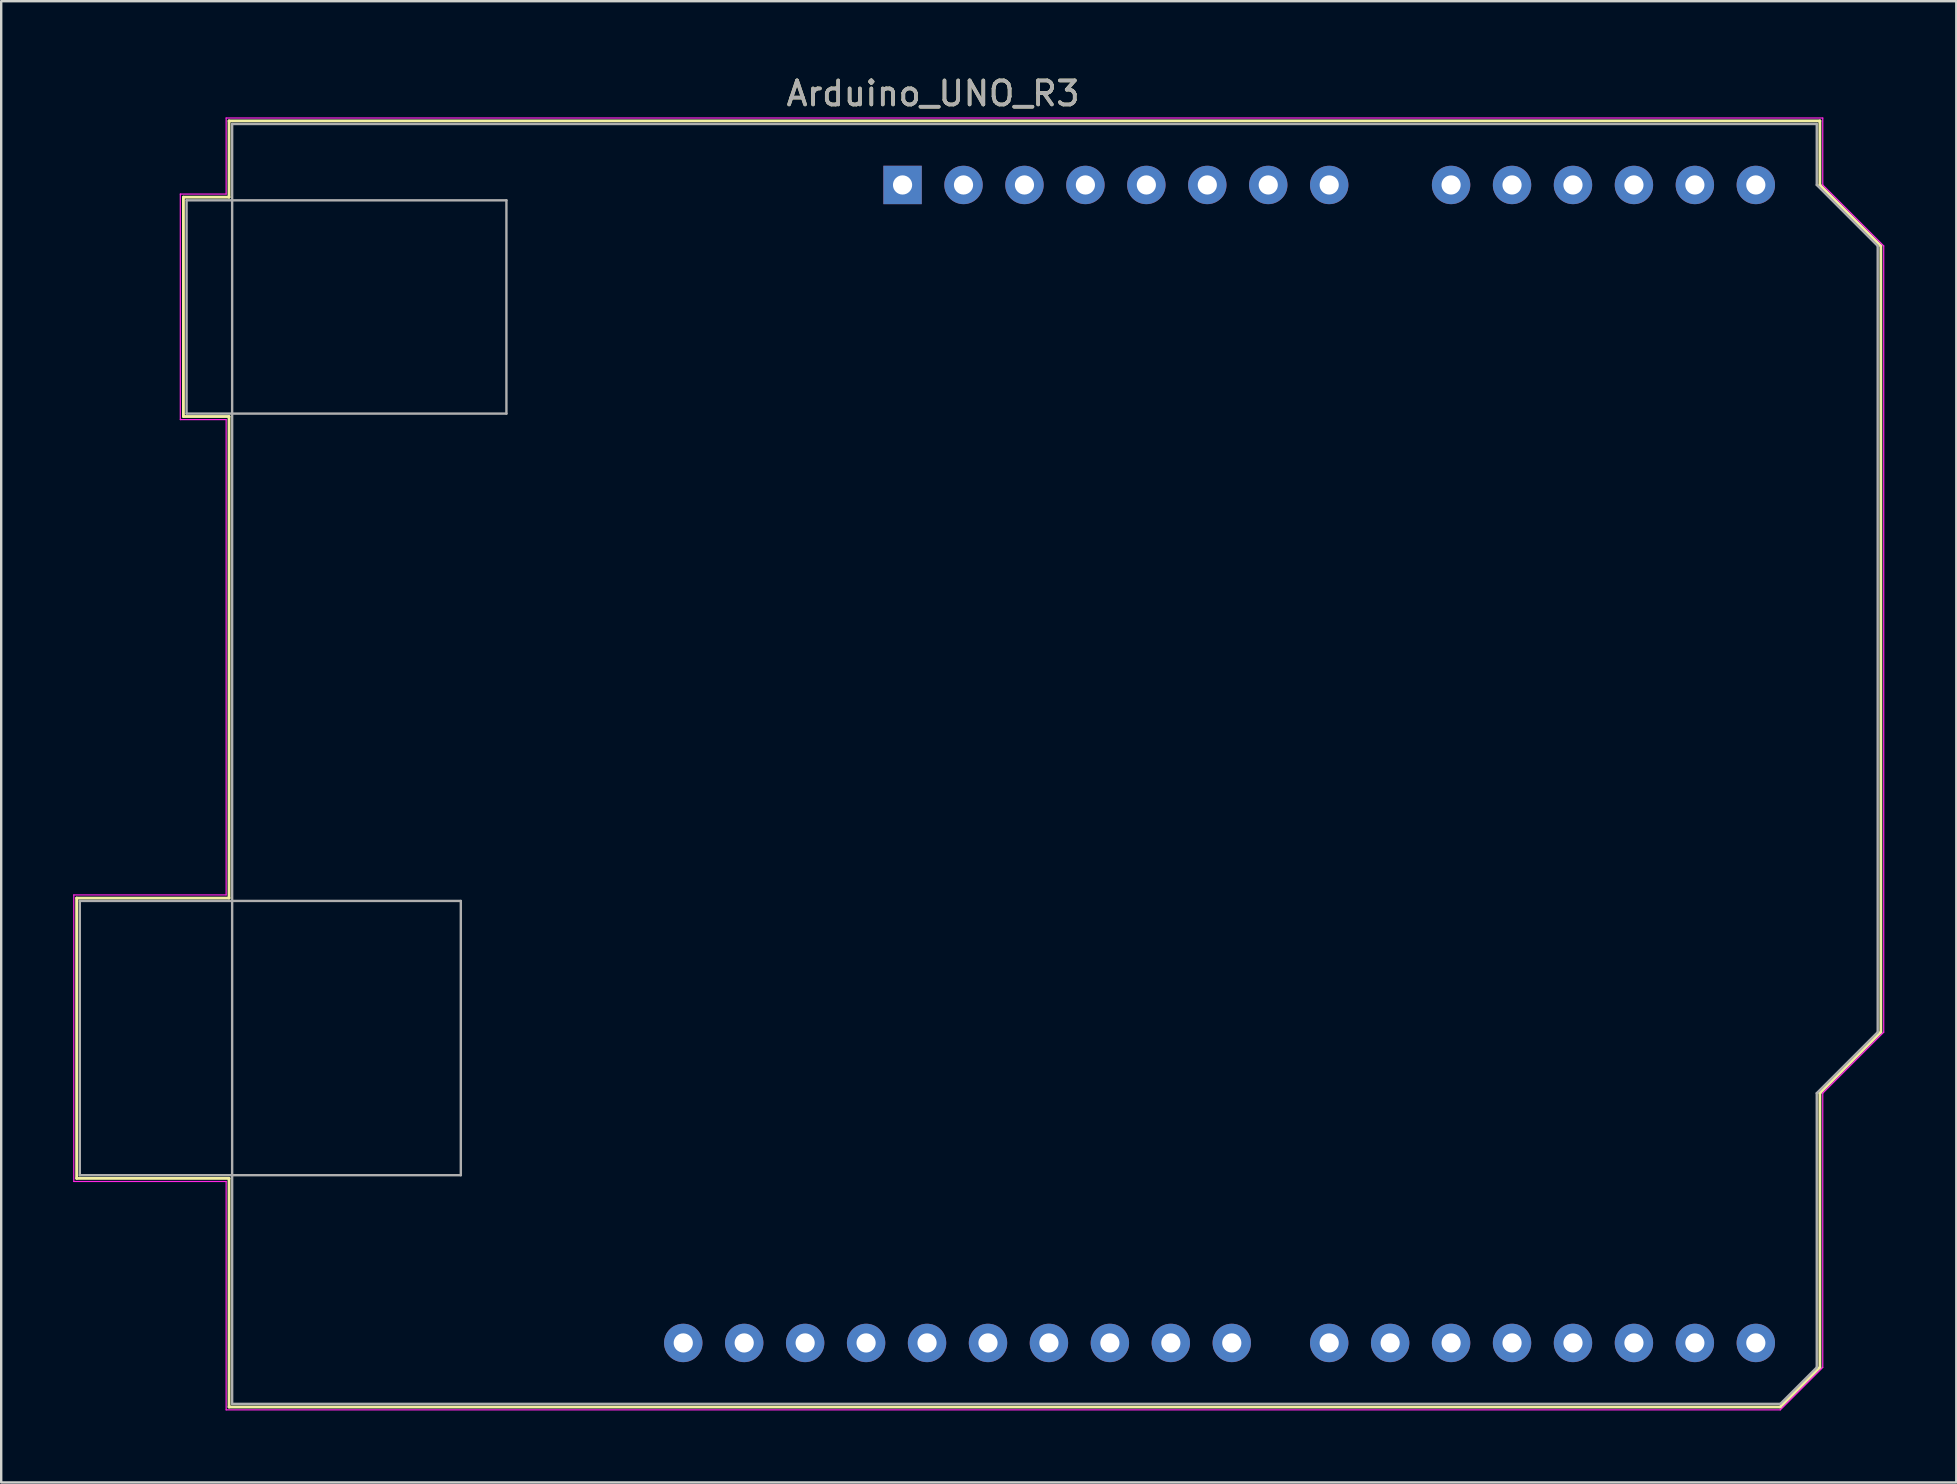
<source format=kicad_pcb>
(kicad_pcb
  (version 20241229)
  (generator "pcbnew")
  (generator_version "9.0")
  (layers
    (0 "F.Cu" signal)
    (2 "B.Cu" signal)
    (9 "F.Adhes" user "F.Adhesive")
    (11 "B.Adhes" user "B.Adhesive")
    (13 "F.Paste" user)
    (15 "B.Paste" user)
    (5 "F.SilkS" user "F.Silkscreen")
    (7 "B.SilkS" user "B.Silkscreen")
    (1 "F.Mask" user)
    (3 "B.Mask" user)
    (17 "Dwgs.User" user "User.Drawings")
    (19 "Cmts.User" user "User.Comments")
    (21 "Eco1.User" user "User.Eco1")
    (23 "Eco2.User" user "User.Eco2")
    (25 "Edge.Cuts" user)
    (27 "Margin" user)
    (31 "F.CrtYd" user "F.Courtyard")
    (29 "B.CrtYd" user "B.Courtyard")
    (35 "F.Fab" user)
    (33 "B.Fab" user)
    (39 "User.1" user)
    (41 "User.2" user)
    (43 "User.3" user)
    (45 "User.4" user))
  (footprint "Arduino_UNO_R3"
    (layer "F.Cu")
    (at 34.565 4.658)
    (property "Reference" "Arduino_UNO_R3" (at 1.27 -3.81 180) (layer "F.SilkS") (effects (font (size 1 1) (thickness 0.15))))
    (attr through_hole)
    (fp_line (start -34.42 29.72) (end -34.42 41.4) (stroke (width 0.12) (type solid)) (layer "F.SilkS"))
    (fp_line (start -34.42 41.4) (end -28.07 41.4) (stroke (width 0.12) (type solid)) (layer "F.SilkS"))
    (fp_line (start -29.97 0.51) (end -29.97 9.65) (stroke (width 0.12) (type solid)) (layer "F.SilkS"))
    (fp_line (start -29.97 9.65) (end -28.07 9.65) (stroke (width 0.12) (type solid)) (layer "F.SilkS"))
    (fp_line (start -28.07 -2.67) (end -28.07 0.51) (stroke (width 0.12) (type solid)) (layer "F.SilkS"))
    (fp_line (start -28.07 0.51) (end -29.97 0.51) (stroke (width 0.12) (type solid)) (layer "F.SilkS"))
    (fp_line (start -28.07 9.65) (end -28.07 29.72) (stroke (width 0.12) (type solid)) (layer "F.SilkS"))
    (fp_line (start -28.07 29.72) (end -34.42 29.72) (stroke (width 0.12) (type solid)) (layer "F.SilkS"))
    (fp_line (start -28.07 41.4) (end -28.07 50.93) (stroke (width 0.12) (type solid)) (layer "F.SilkS"))
    (fp_line (start -28.07 50.93) (end 36.58 50.93) (stroke (width 0.12) (type solid)) (layer "F.SilkS"))
    (fp_line (start 36.58 50.93) (end 38.23 49.28) (stroke (width 0.12) (type solid)) (layer "F.SilkS"))
    (fp_line (start 38.23 -2.67) (end -28.07 -2.67) (stroke (width 0.12) (type solid)) (layer "F.SilkS"))
    (fp_line (start 38.23 0) (end 38.23 -2.67) (stroke (width 0.12) (type solid)) (layer "F.SilkS"))
    (fp_line (start 38.23 37.85) (end 40.77 35.31) (stroke (width 0.12) (type solid)) (layer "F.SilkS"))
    (fp_line (start 38.23 49.28) (end 38.23 37.85) (stroke (width 0.12) (type solid)) (layer "F.SilkS"))
    (fp_line (start 40.77 2.54) (end 38.23 0) (stroke (width 0.12) (type solid)) (layer "F.SilkS"))
    (fp_line (start 40.77 35.31) (end 40.77 2.54) (stroke (width 0.12) (type solid)) (layer "F.SilkS"))
    (fp_line (start -34.54 29.59) (end -28.19 29.59) (stroke (width 0.05) (type solid)) (layer "F.CrtYd"))
    (fp_line (start -34.54 41.53) (end -34.54 29.59) (stroke (width 0.05) (type solid)) (layer "F.CrtYd"))
    (fp_line (start -30.1 0.38) (end -28.19 0.38) (stroke (width 0.05) (type solid)) (layer "F.CrtYd"))
    (fp_line (start -30.1 9.78) (end -30.1 0.38) (stroke (width 0.05) (type solid)) (layer "F.CrtYd"))
    (fp_line (start -28.19 -2.79) (end 38.35 -2.79) (stroke (width 0.05) (type solid)) (layer "F.CrtYd"))
    (fp_line (start -28.19 0.38) (end -28.19 -2.79) (stroke (width 0.05) (type solid)) (layer "F.CrtYd"))
    (fp_line (start -28.19 9.78) (end -30.1 9.78) (stroke (width 0.05) (type solid)) (layer "F.CrtYd"))
    (fp_line (start -28.19 29.59) (end -28.19 9.78) (stroke (width 0.05) (type solid)) (layer "F.CrtYd"))
    (fp_line (start -28.19 41.53) (end -34.54 41.53) (stroke (width 0.05) (type solid)) (layer "F.CrtYd"))
    (fp_line (start -28.19 51.05) (end -28.19 41.53) (stroke (width 0.05) (type solid)) (layer "F.CrtYd"))
    (fp_line (start 36.58 51.05) (end -28.19 51.05) (stroke (width 0.05) (type solid)) (layer "F.CrtYd"))
    (fp_line (start 38.35 -2.79) (end 38.35 0) (stroke (width 0.05) (type solid)) (layer "F.CrtYd"))
    (fp_line (start 38.35 0) (end 40.89 2.54) (stroke (width 0.05) (type solid)) (layer "F.CrtYd"))
    (fp_line (start 38.35 37.85) (end 38.35 49.28) (stroke (width 0.05) (type solid)) (layer "F.CrtYd"))
    (fp_line (start 38.35 49.28) (end 36.58 51.05) (stroke (width 0.05) (type solid)) (layer "F.CrtYd"))
    (fp_line (start 40.89 2.54) (end 40.89 35.31) (stroke (width 0.05) (type solid)) (layer "F.CrtYd"))
    (fp_line (start 40.89 35.31) (end 38.35 37.85) (stroke (width 0.05) (type solid)) (layer "F.CrtYd"))
    (fp_line (start -34.29 29.84) (end -18.41 29.84) (stroke (width 0.1) (type solid)) (layer "F.Fab"))
    (fp_line (start -34.29 41.27) (end -34.29 29.84) (stroke (width 0.1) (type solid)) (layer "F.Fab"))
    (fp_line (start -29.84 0.64) (end -16.51 0.64) (stroke (width 0.1) (type solid)) (layer "F.Fab"))
    (fp_line (start -29.84 9.53) (end -29.84 0.64) (stroke (width 0.1) (type solid)) (layer "F.Fab"))
    (fp_line (start -27.94 -2.54) (end 38.1 -2.54) (stroke (width 0.1) (type solid)) (layer "F.Fab"))
    (fp_line (start -27.94 50.8) (end -27.94 -2.54) (stroke (width 0.1) (type solid)) (layer "F.Fab"))
    (fp_line (start -18.41 29.84) (end -18.41 41.27) (stroke (width 0.1) (type solid)) (layer "F.Fab"))
    (fp_line (start -18.41 41.27) (end -34.29 41.27) (stroke (width 0.1) (type solid)) (layer "F.Fab"))
    (fp_line (start -16.51 0.64) (end -16.51 9.53) (stroke (width 0.1) (type solid)) (layer "F.Fab"))
    (fp_line (start -16.51 9.53) (end -29.84 9.53) (stroke (width 0.1) (type solid)) (layer "F.Fab"))
    (fp_line (start 36.58 50.8) (end -27.94 50.8) (stroke (width 0.1) (type solid)) (layer "F.Fab"))
    (fp_line (start 38.1 -2.54) (end 38.1 0) (stroke (width 0.1) (type solid)) (layer "F.Fab"))
    (fp_line (start 38.1 0) (end 40.64 2.54) (stroke (width 0.1) (type solid)) (layer "F.Fab"))
    (fp_line (start 38.1 37.85) (end 38.1 49.28) (stroke (width 0.1) (type solid)) (layer "F.Fab"))
    (fp_line (start 38.1 49.28) (end 36.58 50.8) (stroke (width 0.1) (type solid)) (layer "F.Fab"))
    (fp_line (start 40.64 2.54) (end 40.64 35.31) (stroke (width 0.1) (type solid)) (layer "F.Fab"))
    (fp_line (start 40.64 35.31) (end 38.1 37.85) (stroke (width 0.1) (type solid)) (layer "F.Fab"))
    (fp_text user "${REFERENCE}" (at 1.27 -3.81 180) (layer "F.Fab") (effects (font (size 1 1) (thickness 0.15))))
    (pad "1" thru_hole rect (at 0 0 90) (size 1.6 1.6) (drill 0.8) (layers "*.Cu" "*.Mask"))
    (pad "2" thru_hole oval (at 2.54 0 90) (size 1.6 1.6) (drill 0.8) (layers "*.Cu" "*.Mask"))
    (pad "3" thru_hole oval (at 5.08 0 90) (size 1.6 1.6) (drill 0.8) (layers "*.Cu" "*.Mask"))
    (pad "4" thru_hole oval (at 7.62 0 90) (size 1.6 1.6) (drill 0.8) (layers "*.Cu" "*.Mask"))
    (pad "5" thru_hole oval (at 10.16 0 90) (size 1.6 1.6) (drill 0.8) (layers "*.Cu" "*.Mask"))
    (pad "6" thru_hole oval (at 12.7 0 90) (size 1.6 1.6) (drill 0.8) (layers "*.Cu" "*.Mask"))
    (pad "7" thru_hole oval (at 15.24 0 90) (size 1.6 1.6) (drill 0.8) (layers "*.Cu" "*.Mask"))
    (pad "8" thru_hole oval (at 17.78 0 90) (size 1.6 1.6) (drill 0.8) (layers "*.Cu" "*.Mask"))
    (pad "9" thru_hole oval (at 22.86 0 90) (size 1.6 1.6) (drill 0.8) (layers "*.Cu" "*.Mask"))
    (pad "10" thru_hole oval (at 25.4 0 90) (size 1.6 1.6) (drill 0.8) (layers "*.Cu" "*.Mask"))
    (pad "11" thru_hole oval (at 27.94 0 90) (size 1.6 1.6) (drill 0.8) (layers "*.Cu" "*.Mask"))
    (pad "12" thru_hole oval (at 30.48 0 90) (size 1.6 1.6) (drill 0.8) (layers "*.Cu" "*.Mask"))
    (pad "13" thru_hole oval (at 33.02 0 90) (size 1.6 1.6) (drill 0.8) (layers "*.Cu" "*.Mask"))
    (pad "14" thru_hole oval (at 35.56 0 90) (size 1.6 1.6) (drill 0.8) (layers "*.Cu" "*.Mask"))
    (pad "15" thru_hole oval (at 35.56 48.26 90) (size 1.6 1.6) (drill 0.8) (layers "*.Cu" "*.Mask"))
    (pad "16" thru_hole oval (at 33.02 48.26 90) (size 1.6 1.6) (drill 0.8) (layers "*.Cu" "*.Mask"))
    (pad "17" thru_hole oval (at 30.48 48.26 90) (size 1.6 1.6) (drill 0.8) (layers "*.Cu" "*.Mask"))
    (pad "18" thru_hole oval (at 27.94 48.26 90) (size 1.6 1.6) (drill 0.8) (layers "*.Cu" "*.Mask"))
    (pad "19" thru_hole oval (at 25.4 48.26 90) (size 1.6 1.6) (drill 0.8) (layers "*.Cu" "*.Mask"))
    (pad "20" thru_hole oval (at 22.86 48.26 90) (size 1.6 1.6) (drill 0.8) (layers "*.Cu" "*.Mask"))
    (pad "21" thru_hole oval (at 20.32 48.26 90) (size 1.6 1.6) (drill 0.8) (layers "*.Cu" "*.Mask"))
    (pad "22" thru_hole oval (at 17.78 48.26 90) (size 1.6 1.6) (drill 0.8) (layers "*.Cu" "*.Mask"))
    (pad "23" thru_hole oval (at 13.72 48.26 90) (size 1.6 1.6) (drill 0.8) (layers "*.Cu" "*.Mask"))
    (pad "24" thru_hole oval (at 11.18 48.26 90) (size 1.6 1.6) (drill 0.8) (layers "*.Cu" "*.Mask"))
    (pad "25" thru_hole oval (at 8.64 48.26 90) (size 1.6 1.6) (drill 0.8) (layers "*.Cu" "*.Mask"))
    (pad "26" thru_hole oval (at 6.1 48.26 90) (size 1.6 1.6) (drill 0.8) (layers "*.Cu" "*.Mask"))
    (pad "27" thru_hole oval (at 3.56 48.26 90) (size 1.6 1.6) (drill 0.8) (layers "*.Cu" "*.Mask"))
    (pad "28" thru_hole oval (at 1.02 48.26 90) (size 1.6 1.6) (drill 0.8) (layers "*.Cu" "*.Mask"))
    (pad "29" thru_hole oval (at -1.52 48.26 90) (size 1.6 1.6) (drill 0.8) (layers "*.Cu" "*.Mask"))
    (pad "30" thru_hole oval (at -4.06 48.26 90) (size 1.6 1.6) (drill 0.8) (layers "*.Cu" "*.Mask"))
    (pad "31" thru_hole oval (at -6.6 48.26 90) (size 1.6 1.6) (drill 0.8) (layers "*.Cu" "*.Mask"))
    (pad "32" thru_hole oval (at -9.14 48.26 90) (size 1.6 1.6) (drill 0.8) (layers "*.Cu" "*.Mask")))
  (gr_rect
    (start -3 -3)
    (end 78.48 58.733)
    (stroke (width 0.1) (type default))
    (fill no)
    (layer "Edge.Cuts")))
</source>
